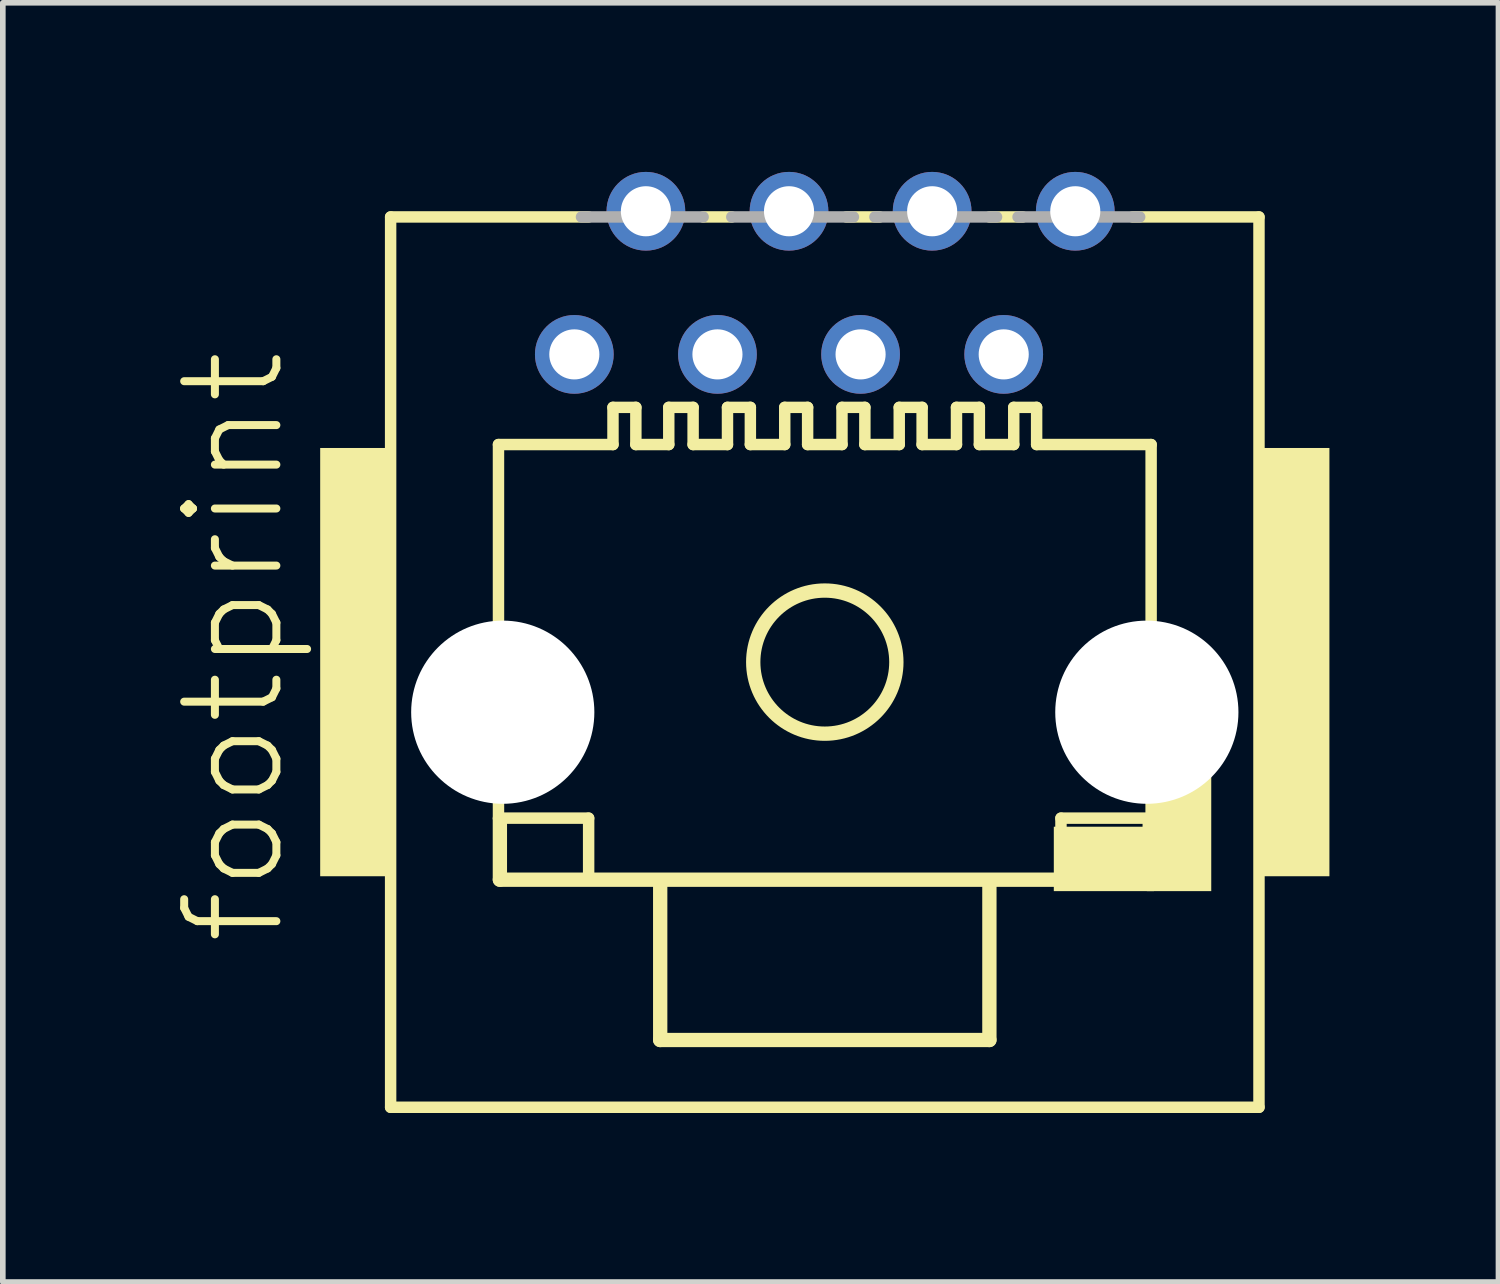
<source format=kicad_pcb>
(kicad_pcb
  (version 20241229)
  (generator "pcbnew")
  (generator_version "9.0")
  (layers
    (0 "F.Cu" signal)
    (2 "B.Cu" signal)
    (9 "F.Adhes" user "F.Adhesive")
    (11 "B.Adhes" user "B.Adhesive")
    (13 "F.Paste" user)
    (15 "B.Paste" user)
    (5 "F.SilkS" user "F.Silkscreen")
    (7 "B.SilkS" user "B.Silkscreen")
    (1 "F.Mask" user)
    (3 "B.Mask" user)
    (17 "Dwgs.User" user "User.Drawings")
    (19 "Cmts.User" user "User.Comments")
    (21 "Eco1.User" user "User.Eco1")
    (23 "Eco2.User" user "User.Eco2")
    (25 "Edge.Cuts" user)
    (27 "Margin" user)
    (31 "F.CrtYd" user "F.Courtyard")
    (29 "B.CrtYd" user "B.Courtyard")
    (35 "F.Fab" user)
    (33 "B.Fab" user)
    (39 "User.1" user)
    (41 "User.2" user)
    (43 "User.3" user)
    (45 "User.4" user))
  (footprint "footprint"
    (layer "F.Cu")
    (at 11.587 8.7)
    (property "Reference" "footprint" (at -9.525 5.08 90) (layer "F.SilkS") (effects (font (size 1.636 1.636) (thickness 0.142)) (justify left bottom)))
    (fp_line (start -7.705 -7.9) (end -7.705 7.9) (stroke (width 0.203) (type solid)) (layer "F.SilkS"))
    (fp_line (start -7.705 7.9) (end 7.705 7.9) (stroke (width 0.203) (type solid)) (layer "F.SilkS"))
    (fp_line (start -5.791 -3.861) (end -5.791 2.769) (stroke (width 0.203) (type solid)) (layer "F.SilkS"))
    (fp_line (start -5.791 2.769) (end -4.191 2.769) (stroke (width 0.203) (type solid)) (layer "F.SilkS"))
    (fp_line (start -5.766 3.861) (end -5.766 2.794) (stroke (width 0.254) (type solid)) (layer "F.SilkS"))
    (fp_line (start -4.191 -7.9) (end -7.705 -7.9) (stroke (width 0.203) (type solid)) (layer "F.SilkS"))
    (fp_line (start -4.191 2.769) (end -4.191 3.861) (stroke (width 0.203) (type solid)) (layer "F.SilkS"))
    (fp_line (start -3.759 -4.521) (end -3.759 -3.861) (stroke (width 0.203) (type solid)) (layer "F.SilkS"))
    (fp_line (start -3.759 -4.521) (end -3.353 -4.521) (stroke (width 0.203) (type solid)) (layer "F.SilkS"))
    (fp_line (start -3.759 -3.861) (end -5.791 -3.861) (stroke (width 0.203) (type solid)) (layer "F.SilkS"))
    (fp_line (start -3.353 -4.521) (end -3.353 -3.861) (stroke (width 0.203) (type solid)) (layer "F.SilkS"))
    (fp_line (start -2.921 3.912) (end -2.921 6.706) (stroke (width 0.254) (type solid)) (layer "F.SilkS"))
    (fp_line (start -2.921 6.706) (end 2.921 6.706) (stroke (width 0.254) (type solid)) (layer "F.SilkS"))
    (fp_line (start -2.769 -4.521) (end -2.769 -3.861) (stroke (width 0.203) (type solid)) (layer "F.SilkS"))
    (fp_line (start -2.769 -4.521) (end -2.337 -4.521) (stroke (width 0.203) (type solid)) (layer "F.SilkS"))
    (fp_line (start -2.769 -3.861) (end -3.353 -3.861) (stroke (width 0.203) (type solid)) (layer "F.SilkS"))
    (fp_line (start -2.337 -4.521) (end -2.337 -3.861) (stroke (width 0.203) (type solid)) (layer "F.SilkS"))
    (fp_line (start -1.727 -4.521) (end -1.727 -3.861) (stroke (width 0.203) (type solid)) (layer "F.SilkS"))
    (fp_line (start -1.727 -4.521) (end -1.321 -4.521) (stroke (width 0.203) (type solid)) (layer "F.SilkS"))
    (fp_line (start -1.727 -3.861) (end -2.337 -3.861) (stroke (width 0.203) (type solid)) (layer "F.SilkS"))
    (fp_line (start -1.651 -7.9) (end -2.159 -7.9) (stroke (width 0.203) (type solid)) (layer "F.SilkS"))
    (fp_line (start -1.321 -4.521) (end -1.321 -3.861) (stroke (width 0.203) (type solid)) (layer "F.SilkS"))
    (fp_line (start -0.711 -4.521) (end -0.711 -3.861) (stroke (width 0.203) (type solid)) (layer "F.SilkS"))
    (fp_line (start -0.711 -4.521) (end -0.305 -4.521) (stroke (width 0.203) (type solid)) (layer "F.SilkS"))
    (fp_line (start -0.711 -3.861) (end -1.321 -3.861) (stroke (width 0.203) (type solid)) (layer "F.SilkS"))
    (fp_line (start -0.305 -4.521) (end -0.305 -3.861) (stroke (width 0.203) (type solid)) (layer "F.SilkS"))
    (fp_line (start 0.305 -4.521) (end 0.305 -3.861) (stroke (width 0.203) (type solid)) (layer "F.SilkS"))
    (fp_line (start 0.305 -4.521) (end 0.711 -4.521) (stroke (width 0.203) (type solid)) (layer "F.SilkS"))
    (fp_line (start 0.305 -3.861) (end -0.305 -3.861) (stroke (width 0.203) (type solid)) (layer "F.SilkS"))
    (fp_line (start 0.711 -4.521) (end 0.711 -3.861) (stroke (width 0.203) (type solid)) (layer "F.SilkS"))
    (fp_line (start 0.974 -7.9) (end 0.381 -7.9) (stroke (width 0.203) (type solid)) (layer "F.SilkS"))
    (fp_line (start 1.321 -4.521) (end 1.321 -3.861) (stroke (width 0.203) (type solid)) (layer "F.SilkS"))
    (fp_line (start 1.321 -4.521) (end 1.727 -4.521) (stroke (width 0.203) (type solid)) (layer "F.SilkS"))
    (fp_line (start 1.321 -3.861) (end 0.711 -3.861) (stroke (width 0.203) (type solid)) (layer "F.SilkS"))
    (fp_line (start 1.727 -4.521) (end 1.727 -3.861) (stroke (width 0.203) (type solid)) (layer "F.SilkS"))
    (fp_line (start 2.337 -4.521) (end 2.337 -3.861) (stroke (width 0.203) (type solid)) (layer "F.SilkS"))
    (fp_line (start 2.337 -4.521) (end 2.743 -4.521) (stroke (width 0.203) (type solid)) (layer "F.SilkS"))
    (fp_line (start 2.337 -3.861) (end 1.727 -3.861) (stroke (width 0.203) (type solid)) (layer "F.SilkS"))
    (fp_line (start 2.743 -4.521) (end 2.743 -3.861) (stroke (width 0.203) (type solid)) (layer "F.SilkS"))
    (fp_line (start 2.921 6.706) (end 2.921 3.912) (stroke (width 0.254) (type solid)) (layer "F.SilkS"))
    (fp_line (start 3.353 -4.521) (end 3.353 -3.861) (stroke (width 0.203) (type solid)) (layer "F.SilkS"))
    (fp_line (start 3.353 -4.521) (end 3.759 -4.521) (stroke (width 0.203) (type solid)) (layer "F.SilkS"))
    (fp_line (start 3.353 -3.861) (end 2.743 -3.861) (stroke (width 0.203) (type solid)) (layer "F.SilkS"))
    (fp_line (start 3.514 -7.9) (end 2.921 -7.9) (stroke (width 0.203) (type solid)) (layer "F.SilkS"))
    (fp_line (start 3.759 -4.521) (end 3.759 -3.861) (stroke (width 0.203) (type solid)) (layer "F.SilkS"))
    (fp_line (start 4.191 2.769) (end 4.191 3.861) (stroke (width 0.203) (type solid)) (layer "F.SilkS"))
    (fp_line (start 5.766 2.819) (end 5.766 3.861) (stroke (width 0.254) (type solid)) (layer "F.SilkS"))
    (fp_line (start 5.766 3.861) (end -5.766 3.861) (stroke (width 0.254) (type solid)) (layer "F.SilkS"))
    (fp_line (start 5.791 -3.861) (end 3.759 -3.861) (stroke (width 0.203) (type solid)) (layer "F.SilkS"))
    (fp_line (start 5.791 -3.861) (end 5.791 2.769) (stroke (width 0.203) (type solid)) (layer "F.SilkS"))
    (fp_line (start 5.791 2.769) (end 4.191 2.769) (stroke (width 0.203) (type solid)) (layer "F.SilkS"))
    (fp_line (start 7.705 -7.9) (end 5.461 -7.9) (stroke (width 0.203) (type solid)) (layer "F.SilkS"))
    (fp_line (start 7.705 7.9) (end 7.705 -7.9) (stroke (width 0.203) (type solid)) (layer "F.SilkS"))
    (fp_circle (center 0 0) (end 1.27 0) (stroke (width 0.254) (type solid)) (fill no) (layer "F.SilkS"))
    (fp_poly (pts (xy -8.955 3.8) (xy -7.655 3.8) (xy -7.655 -3.8) (xy -8.955 -3.8)) (stroke (width 0) (type solid)) (fill yes) (layer "F.SilkS"))
    (fp_poly (pts (xy 4.064 4.064) (xy 5.842 4.064) (xy 5.842 2.921) (xy 4.064 2.921)) (stroke (width 0) (type solid)) (fill yes) (layer "F.SilkS"))
    (fp_poly (pts (xy 5.715 4.064) (xy 6.858 4.064) (xy 6.858 1.778) (xy 5.715 1.778)) (stroke (width 0) (type solid)) (fill yes) (layer "F.SilkS"))
    (fp_poly (pts (xy 7.655 3.8) (xy 8.955 3.8) (xy 8.955 -3.8) (xy 7.655 -3.8)) (stroke (width 0) (type solid)) (fill yes) (layer "F.SilkS"))
    (fp_line (start -2.159 -7.9) (end -4.318 -7.9) (stroke (width 0.203) (type solid)) (layer "F.Fab"))
    (fp_line (start 0.508 -7.9) (end -1.651 -7.9) (stroke (width 0.203) (type solid)) (layer "F.Fab"))
    (fp_line (start 3.048 -7.9) (end 0.889 -7.9) (stroke (width 0.203) (type solid)) (layer "F.Fab"))
    (fp_line (start 5.588 -7.9) (end 3.429 -7.9) (stroke (width 0.203) (type solid)) (layer "F.Fab"))
    (pad "" np_thru_hole circle (at -5.715 0.889) (size 3.251 3.251) (drill 3.251) (layers "*.Cu" "*.Mask"))
    (pad "" np_thru_hole circle (at 5.715 0.889) (size 3.251 3.251) (drill 3.251) (layers "*.Cu" "*.Mask"))
    (pad "1" thru_hole circle (at -4.445 -5.461) (size 1.397 1.397) (drill 0.889) (layers "*.Cu" "*.Mask"))
    (pad "2" thru_hole circle (at -3.175 -8.001) (size 1.397 1.397) (drill 0.889) (layers "*.Cu" "*.Mask"))
    (pad "3" thru_hole circle (at -1.905 -5.461) (size 1.397 1.397) (drill 0.889) (layers "*.Cu" "*.Mask"))
    (pad "4" thru_hole circle (at -0.635 -8.001) (size 1.397 1.397) (drill 0.889) (layers "*.Cu" "*.Mask"))
    (pad "5" thru_hole circle (at 0.635 -5.461) (size 1.397 1.397) (drill 0.889) (layers "*.Cu" "*.Mask"))
    (pad "6" thru_hole circle (at 1.905 -8.001) (size 1.397 1.397) (drill 0.889) (layers "*.Cu" "*.Mask"))
    (pad "7" thru_hole circle (at 3.175 -5.461) (size 1.397 1.397) (drill 0.889) (layers "*.Cu" "*.Mask"))
    (pad "8" thru_hole circle (at 4.445 -8.001) (size 1.397 1.397) (drill 0.889) (layers "*.Cu" "*.Mask")))
  (gr_rect
    (start -3 -3)
    (end 23.542 19.701)
    (stroke (width 0.1) (type default))
    (fill no)
    (layer "Edge.Cuts")))
</source>
